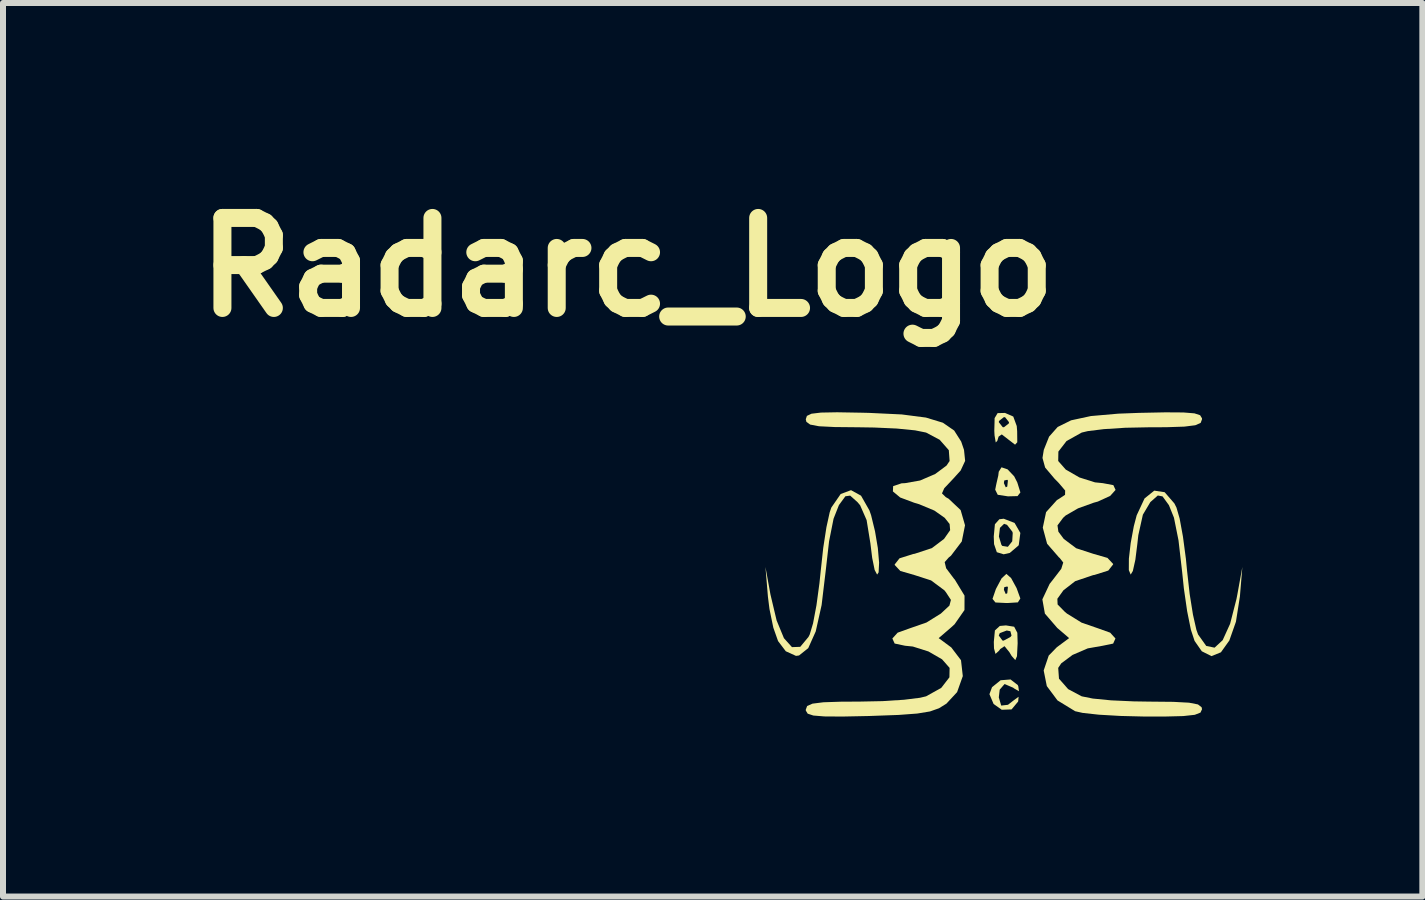
<source format=kicad_pcb>
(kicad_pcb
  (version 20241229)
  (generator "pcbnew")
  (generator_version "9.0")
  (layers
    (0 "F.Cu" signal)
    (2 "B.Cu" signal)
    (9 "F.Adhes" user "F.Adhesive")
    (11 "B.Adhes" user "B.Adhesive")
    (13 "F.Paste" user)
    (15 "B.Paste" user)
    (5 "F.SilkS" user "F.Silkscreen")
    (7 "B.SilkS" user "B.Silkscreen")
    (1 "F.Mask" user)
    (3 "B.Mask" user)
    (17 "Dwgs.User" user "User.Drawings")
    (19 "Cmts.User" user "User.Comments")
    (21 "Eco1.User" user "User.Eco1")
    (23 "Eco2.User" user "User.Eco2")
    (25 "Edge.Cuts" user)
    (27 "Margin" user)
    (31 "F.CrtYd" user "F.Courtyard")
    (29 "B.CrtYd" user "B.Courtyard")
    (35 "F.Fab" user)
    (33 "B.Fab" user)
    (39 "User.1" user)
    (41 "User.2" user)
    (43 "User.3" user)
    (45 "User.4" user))
  (footprint "Radarc_Logo"
    (layer "F.Cu")
    (at 13.681 6.611)
    (property "Reference" "Radarc_Logo" (at -6.274 -5.207 0) (layer "F.SilkS") (effects (font (size 1.5 1.5) (thickness 0.3))))
    (attr board_only exclude_from_pos_files exclude_from_bom)
    (fp_poly (pts (xy 0.061 -1.839) (xy 0.171 -1.723) (xy 0.223 -1.621) (xy 0.275 -1.454) (xy 0.227 -1.393) (xy 0.068 -1.389) (xy -0.103 -1.415) (xy -0.145 -1.5) (xy -0.132 -1.566) (xy -0.123 -1.609) (xy 0 -1.609) (xy 0.031 -1.539) (xy 0.056 -1.552) (xy 0.067 -1.653) (xy 0.056 -1.665) (xy 0.006 -1.653) (xy 0 -1.609) (xy -0.123 -1.609) (xy -0.094 -1.734) (xy -0.086 -1.799) (xy -0.04 -1.873)) (stroke (width 0) (type solid)) (fill yes) (layer "F.SilkS"))
    (fp_poly (pts (xy 0.231 1.756) (xy 0.24 1.778) (xy 0.251 1.859) (xy 0.171 1.813) (xy 0.154 1.8) (xy 0.011 1.739) (xy -0.07 1.833) (xy -0.085 1.961) (xy -0.045 2.098) (xy 0.068 2.085) (xy 0.163 2.011) (xy 0.245 1.951) (xy 0.238 2.026) (xy 0.236 2.032) (xy 0.128 2.162) (xy -0.036 2.168) (xy -0.172 2.071) (xy -0.241 1.908) (xy -0.198 1.792) (xy -0.055 1.676) (xy 0.111 1.663)) (stroke (width 0) (type solid)) (fill yes) (layer "F.SilkS"))
    (fp_poly (pts (xy 0.12 -0.027) (xy 0.212 0.141) (xy 0.214 0.147) (xy 0.274 0.313) (xy 0.233 0.378) (xy 0.06 0.389) (xy 0.042 0.389) (xy -0.141 0.38) (xy -0.19 0.32) (xy -0.138 0.169) (xy 0 0.169) (xy 0.031 0.239) (xy 0.056 0.226) (xy 0.067 0.125) (xy 0.056 0.113) (xy 0.006 0.125) (xy 0 0.169) (xy -0.138 0.169) (xy -0.136 0.162) (xy -0.129 0.147) (xy -0.038 -0.023) (xy 0.041 -0.096) (xy 0.042 -0.096)) (stroke (width 0) (type solid)) (fill yes) (layer "F.SilkS"))
    (fp_poly (pts (xy 0.178 -0.946) (xy 0.274 -0.779) (xy 0.248 -0.58) (xy 0.243 -0.569) (xy 0.098 -0.446) (xy -0.004 -0.423) (xy -0.118 -0.458) (xy -0.164 -0.592) (xy -0.169 -0.719) (xy -0.083 -0.719) (xy -0.042 -0.582) (xy -0.027 -0.563) (xy 0.066 -0.548) (xy 0.139 -0.64) (xy 0.147 -0.779) (xy 0.141 -0.799) (xy 0.052 -0.914) (xy 0.003 -0.931) (xy -0.066 -0.864) (xy -0.083 -0.719) (xy -0.169 -0.719) (xy -0.169 -0.72) (xy -0.15 -0.924) (xy -0.076 -1.007) (xy -0.003 -1.016)) (stroke (width 0) (type solid)) (fill yes) (layer "F.SilkS"))
    (fp_poly (pts (xy 0.171 0.784) (xy 0.224 0.885) (xy 0.229 1.058) (xy 0.218 1.275) (xy 0.19 1.34) (xy 0.129 1.271) (xy 0.09 1.206) (xy 0.01 1.108) (xy -0.062 1.157) (xy -0.082 1.185) (xy -0.14 1.237) (xy -0.165 1.146) (xy -0.168 1.037) (xy -0.158 0.931) (xy -0.085 0.931) (xy -0.024 1.014) (xy -0.005 1.016) (xy 0.11 0.954) (xy 0.127 0.931) (xy 0.108 0.859) (xy 0.047 0.847) (xy -0.069 0.891) (xy -0.085 0.931) (xy -0.158 0.931) (xy -0.15 0.846) (xy -0.068 0.771) (xy 0.034 0.762)) (stroke (width 0) (type solid)) (fill yes) (layer "F.SilkS"))
    (fp_poly (pts (xy 0.019 -2.779) (xy 0.156 -2.719) (xy 0.214 -2.561) (xy 0.221 -2.472) (xy 0.223 -2.29) (xy 0.186 -2.25) (xy 0.085 -2.328) (xy 0.082 -2.33) (xy -0.035 -2.421) (xy -0.088 -2.385) (xy -0.11 -2.314) (xy -0.136 -2.287) (xy -0.156 -2.404) (xy -0.16 -2.482) (xy -0.156 -2.625) (xy -0.085 -2.625) (xy -0.02 -2.542) (xy 0 -2.54) (xy 0.082 -2.604) (xy 0.085 -2.625) (xy 0.02 -2.707) (xy 0 -2.709) (xy -0.082 -2.645) (xy -0.085 -2.625) (xy -0.156 -2.625) (xy -0.155 -2.692) (xy -0.105 -2.776) (xy 0.015 -2.779)) (stroke (width 0) (type solid)) (fill yes) (layer "F.SilkS"))
    (fp_poly (pts (xy -2.381 -1.4) (xy -2.241 -1.154) (xy -2.213 -1.073) (xy -2.148 -0.807) (xy -2.101 -0.528) (xy -2.08 -0.284) (xy -2.088 -0.122) (xy -2.113 -0.085) (xy -2.154 -0.162) (xy -2.195 -0.362) (xy -2.225 -0.605) (xy -2.288 -0.993) (xy -2.396 -1.24) (xy -2.44 -1.292) (xy -2.562 -1.401) (xy -2.642 -1.39) (xy -2.746 -1.248) (xy -2.75 -1.242) (xy -2.839 -1.016) (xy -2.914 -0.638) (xy -2.966 -0.18) (xy -3.038 0.423) (xy -3.136 0.862) (xy -3.261 1.141) (xy -3.414 1.263) (xy -3.465 1.27) (xy -3.635 1.193) (xy -3.764 1.023) (xy -3.843 0.799) (xy -3.907 0.489) (xy -3.933 0.282) (xy -3.974 -0.212) (xy -3.891 0.245) (xy -3.788 0.679) (xy -3.666 0.975) (xy -3.532 1.124) (xy -3.394 1.119) (xy -3.257 0.954) (xy -3.236 0.913) (xy -3.181 0.729) (xy -3.124 0.427) (xy -3.074 0.058) (xy -3.053 -0.145) (xy -3.011 -0.53) (xy -2.958 -0.873) (xy -2.903 -1.124) (xy -2.876 -1.202) (xy -2.72 -1.428) (xy -2.548 -1.492)) (stroke (width 0) (type solid)) (fill yes) (layer "F.SilkS"))
    (fp_poly (pts (xy 2.679 -1.458) (xy 2.841 -1.271) (xy 2.876 -1.202) (xy 2.929 -1.019) (xy 2.984 -0.718) (xy 3.033 -0.349) (xy 3.053 -0.145) (xy 3.096 0.239) (xy 3.151 0.583) (xy 3.208 0.835) (xy 3.236 0.913) (xy 3.372 1.104) (xy 3.511 1.133) (xy 3.646 1.008) (xy 3.77 0.735) (xy 3.876 0.322) (xy 3.891 0.245) (xy 3.974 -0.212) (xy 3.933 0.282) (xy 3.867 0.701) (xy 3.757 1.014) (xy 3.617 1.21) (xy 3.459 1.274) (xy 3.298 1.193) (xy 3.178 1.021) (xy 3.116 0.833) (xy 3.054 0.525) (xy 2.999 0.144) (xy 2.971 -0.126) (xy 2.91 -0.655) (xy 2.834 -1.034) (xy 2.75 -1.242) (xy 2.644 -1.388) (xy 2.565 -1.403) (xy 2.445 -1.297) (xy 2.44 -1.292) (xy 2.316 -1.083) (xy 2.24 -0.741) (xy 2.225 -0.605) (xy 2.191 -0.333) (xy 2.149 -0.145) (xy 2.113 -0.085) (xy 2.082 -0.159) (xy 2.083 -0.35) (xy 2.113 -0.61) (xy 2.165 -0.891) (xy 2.213 -1.073) (xy 2.344 -1.354) (xy 2.506 -1.484)) (stroke (width 0) (type solid)) (fill yes) (layer "F.SilkS"))
    (fp_poly (pts (xy 2.992 -2.787) (xy 3.176 -2.772) (xy 3.27 -2.741) (xy 3.301 -2.69) (xy 3.302 -2.674) (xy 3.279 -2.613) (xy 3.19 -2.574) (xy 3.008 -2.551) (xy 2.704 -2.541) (xy 2.419 -2.54) (xy 2.022 -2.532) (xy 1.665 -2.509) (xy 1.398 -2.476) (xy 1.297 -2.452) (xy 1.044 -2.311) (xy 0.908 -2.135) (xy 0.905 -1.978) (xy 1.031 -1.835) (xy 1.258 -1.704) (xy 1.518 -1.622) (xy 1.647 -1.609) (xy 1.824 -1.576) (xy 1.861 -1.496) (xy 1.771 -1.396) (xy 1.566 -1.302) (xy 1.497 -1.283) (xy 1.236 -1.189) (xy 1.028 -1.069) (xy 0.987 -1.031) (xy 0.893 -0.905) (xy 0.908 -0.8) (xy 0.998 -0.679) (xy 1.205 -0.524) (xy 1.487 -0.432) (xy 1.726 -0.363) (xy 1.82 -0.263) (xy 1.82 -0.254) (xy 1.74 -0.152) (xy 1.512 -0.08) (xy 1.487 -0.076) (xy 1.188 0.025) (xy 0.992 0.177) (xy 0.891 0.318) (xy 0.895 0.413) (xy 1.015 0.535) (xy 1.051 0.565) (xy 1.295 0.716) (xy 1.567 0.81) (xy 1.771 0.883) (xy 1.859 0.98) (xy 1.821 1.065) (xy 1.647 1.101) (xy 1.397 1.145) (xy 1.144 1.254) (xy 0.956 1.394) (xy 0.905 1.47) (xy 0.918 1.65) (xy 1.071 1.824) (xy 1.297 1.944) (xy 1.481 1.981) (xy 1.786 2.011) (xy 2.163 2.028) (xy 2.419 2.032) (xy 2.823 2.036) (xy 3.086 2.05) (xy 3.234 2.079) (xy 3.295 2.126) (xy 3.302 2.159) (xy 3.276 2.215) (xy 3.181 2.252) (xy 2.989 2.273) (xy 2.675 2.281) (xy 2.349 2.281) (xy 1.944 2.271) (xy 1.582 2.25) (xy 1.311 2.22) (xy 1.187 2.192) (xy 0.893 2.012) (xy 0.715 1.773) (xy 0.663 1.513) (xy 0.747 1.265) (xy 0.882 1.126) (xy 1.087 0.974) (xy 0.889 0.804) (xy 0.683 0.565) (xy 0.641 0.328) (xy 0.762 0.07) (xy 0.818 -0.001) (xy 0.956 -0.181) (xy 0.989 -0.286) (xy 0.928 -0.364) (xy 0.919 -0.37) (xy 0.72 -0.599) (xy 0.648 -0.867) (xy 0.703 -1.126) (xy 0.884 -1.327) (xy 0.921 -1.349) (xy 1.019 -1.414) (xy 1.021 -1.486) (xy 0.914 -1.612) (xy 0.845 -1.682) (xy 0.687 -1.869) (xy 0.643 -2.029) (xy 0.665 -2.164) (xy 0.753 -2.384) (xy 0.896 -2.545) (xy 1.12 -2.656) (xy 1.449 -2.727) (xy 1.907 -2.767) (xy 2.25 -2.78) (xy 2.692 -2.789)) (stroke (width 0) (type solid)) (fill yes) (layer "F.SilkS"))
    (fp_poly (pts (xy -2.376 -2.783) (xy -2.25 -2.78) (xy -1.703 -2.754) (xy -1.3 -2.702) (xy -1.017 -2.616) (xy -0.829 -2.486) (xy -0.712 -2.302) (xy -0.665 -2.164) (xy -0.646 -1.98) (xy -0.721 -1.819) (xy -0.845 -1.682) (xy -0.994 -1.524) (xy -1.032 -1.438) (xy -0.969 -1.376) (xy -0.921 -1.349) (xy -0.721 -1.16) (xy -0.648 -0.907) (xy -0.702 -0.637) (xy -0.882 -0.4) (xy -0.919 -0.37) (xy -0.987 -0.293) (xy -0.963 -0.191) (xy -0.834 -0.019) (xy -0.818 -0.001) (xy -0.656 0.266) (xy -0.657 0.506) (xy -0.822 0.743) (xy -0.889 0.804) (xy -1.087 0.974) (xy -0.877 1.129) (xy -0.715 1.342) (xy -0.685 1.607) (xy -0.78 1.874) (xy -0.958 2.066) (xy -1.082 2.143) (xy -1.232 2.196) (xy -1.445 2.231) (xy -1.754 2.254) (xy -2.194 2.27) (xy -2.25 2.272) (xy -2.692 2.281) (xy -2.992 2.279) (xy -3.176 2.264) (xy -3.27 2.233) (xy -3.301 2.182) (xy -3.302 2.166) (xy -3.279 2.105) (xy -3.19 2.066) (xy -3.008 2.043) (xy -2.704 2.033) (xy -2.419 2.032) (xy -2.022 2.024) (xy -1.665 2.001) (xy -1.398 1.968) (xy -1.297 1.944) (xy -1.044 1.803) (xy -0.908 1.627) (xy -0.905 1.47) (xy -1.031 1.327) (xy -1.258 1.196) (xy -1.518 1.114) (xy -1.647 1.101) (xy -1.821 1.064) (xy -1.859 0.98) (xy -1.771 0.883) (xy -1.567 0.81) (xy -1.291 0.714) (xy -1.051 0.565) (xy -0.908 0.432) (xy -0.883 0.337) (xy -0.966 0.21) (xy -0.992 0.177) (xy -1.214 0.012) (xy -1.487 -0.076) (xy -1.726 -0.145) (xy -1.82 -0.245) (xy -1.82 -0.254) (xy -1.74 -0.356) (xy -1.512 -0.428) (xy -1.487 -0.432) (xy -1.201 -0.526) (xy -0.998 -0.679) (xy -0.896 -0.825) (xy -0.905 -0.928) (xy -0.987 -1.031) (xy -1.159 -1.152) (xy -1.413 -1.258) (xy -1.497 -1.283) (xy -1.729 -1.37) (xy -1.85 -1.471) (xy -1.846 -1.559) (xy -1.706 -1.606) (xy -1.647 -1.609) (xy -1.397 -1.653) (xy -1.144 -1.762) (xy -0.956 -1.902) (xy -0.905 -1.978) (xy -0.918 -2.158) (xy -1.071 -2.332) (xy -1.297 -2.452) (xy -1.481 -2.489) (xy -1.786 -2.519) (xy -2.163 -2.536) (xy -2.419 -2.54) (xy -2.82 -2.544) (xy -3.081 -2.557) (xy -3.229 -2.585) (xy -3.292 -2.631) (xy -3.302 -2.674) (xy -3.283 -2.73) (xy -3.207 -2.766) (xy -3.048 -2.785) (xy -2.78 -2.79)) (stroke (width 0) (type solid)) (fill yes) (layer "F.SilkS")))
  (gr_rect
    (start -3 -3)
    (end 20.655 11.892)
    (stroke (width 0.1) (type default))
    (fill no)
    (layer "Edge.Cuts")))
</source>
